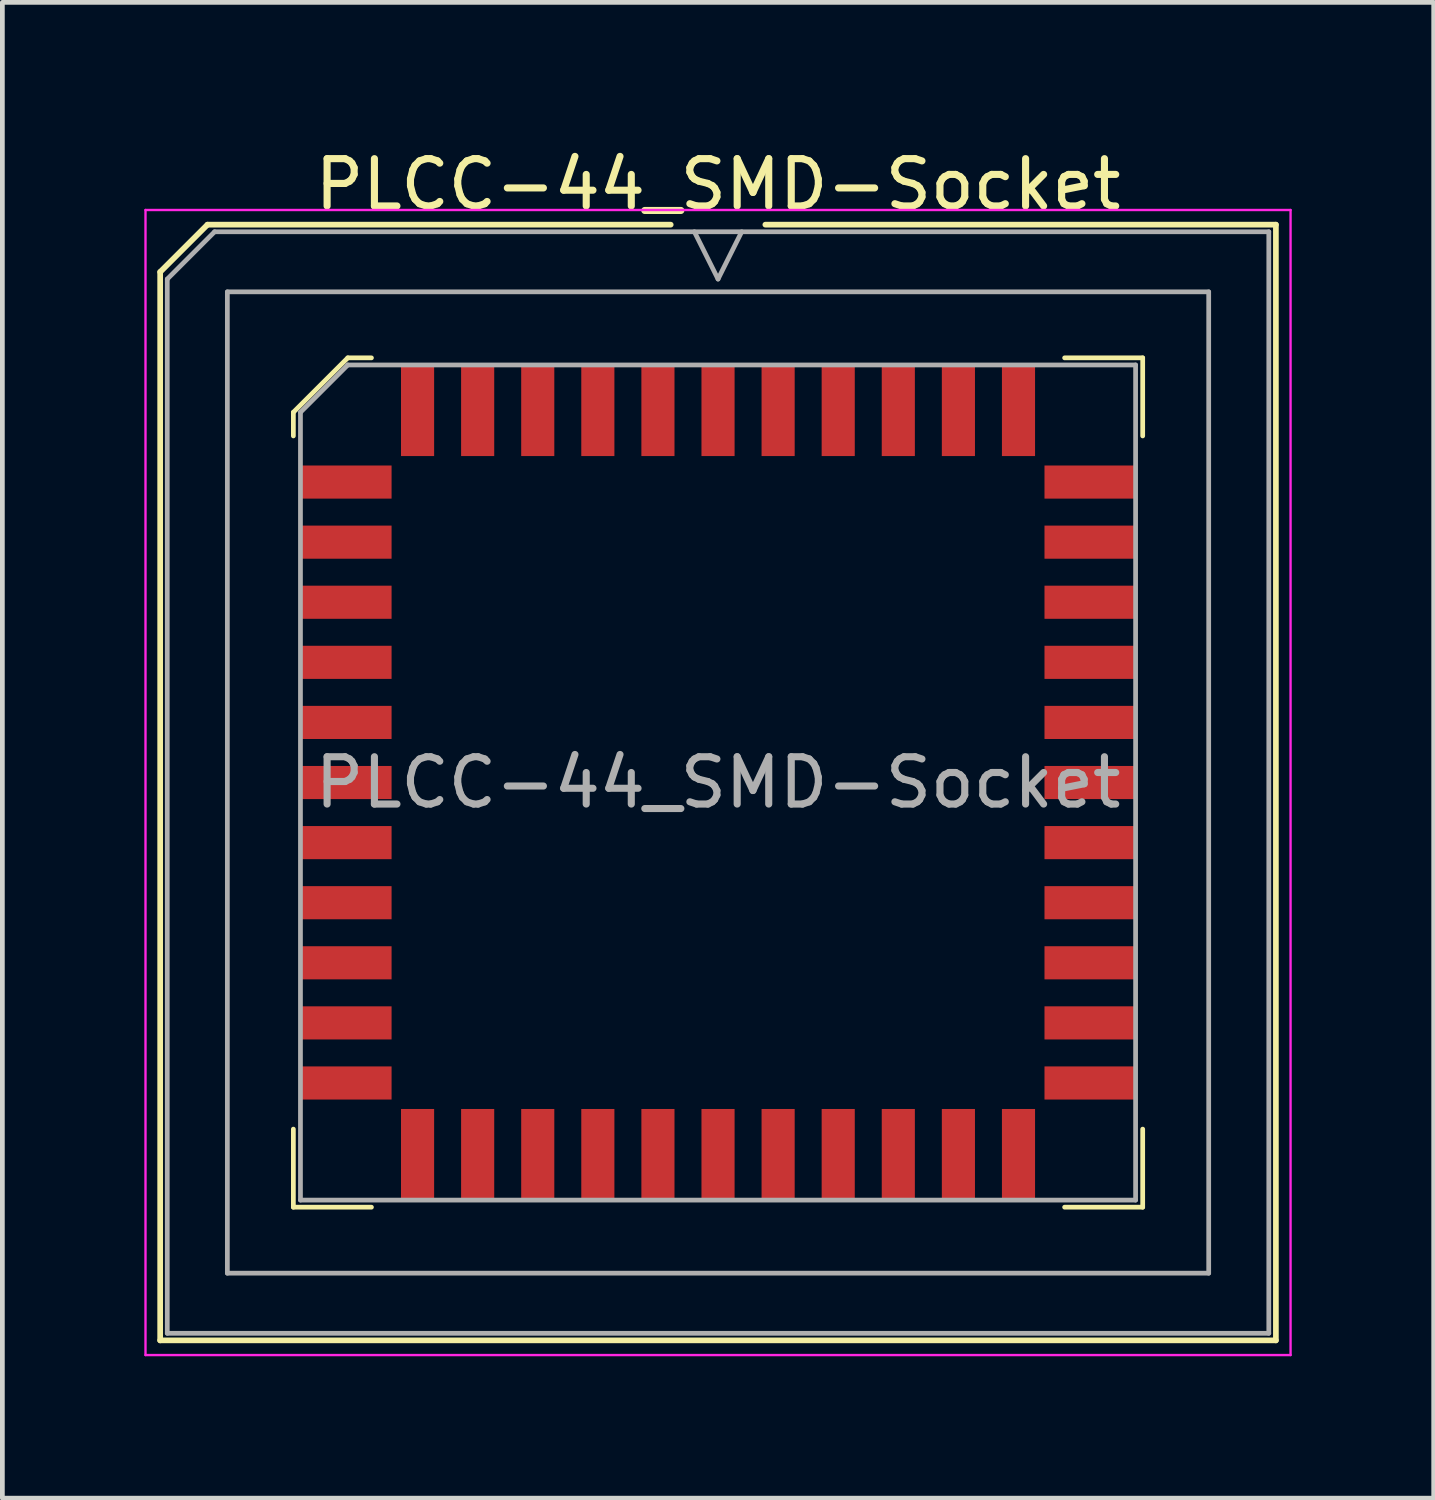
<source format=kicad_pcb>
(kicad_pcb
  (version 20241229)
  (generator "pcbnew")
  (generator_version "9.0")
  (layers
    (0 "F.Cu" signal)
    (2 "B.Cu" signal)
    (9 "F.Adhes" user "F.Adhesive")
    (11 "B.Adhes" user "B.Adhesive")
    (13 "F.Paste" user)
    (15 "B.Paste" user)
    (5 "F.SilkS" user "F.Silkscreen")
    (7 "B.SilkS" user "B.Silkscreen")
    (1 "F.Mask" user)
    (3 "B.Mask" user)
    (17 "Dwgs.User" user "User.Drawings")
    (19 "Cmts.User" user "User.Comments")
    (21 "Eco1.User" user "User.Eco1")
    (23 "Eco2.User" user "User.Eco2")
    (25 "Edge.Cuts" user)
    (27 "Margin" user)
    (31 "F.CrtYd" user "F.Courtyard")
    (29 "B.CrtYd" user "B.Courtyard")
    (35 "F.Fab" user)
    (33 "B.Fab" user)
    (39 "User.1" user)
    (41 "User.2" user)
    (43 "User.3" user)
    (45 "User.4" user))
  (footprint "PLCC-44_SMD-Socket"
    (layer "F.Cu")
    (at 12.125 13.488)
    (property "Reference" "PLCC-44_SMD-Socket" (at 0 -12.64 0) (layer "F.SilkS") (effects (font (size 1 1) (thickness 0.15))))
    (attr smd)
    (fp_line (start -11.79 -10.79) (end -11.79 11.79) (stroke (width 0.12) (type solid)) (layer "F.SilkS"))
    (fp_line (start -11.79 11.79) (end 11.79 11.79) (stroke (width 0.12) (type solid)) (layer "F.SilkS"))
    (fp_line (start -10.79 -11.79) (end -11.79 -10.79) (stroke (width 0.12) (type solid)) (layer "F.SilkS"))
    (fp_line (start -8.975 -7.825) (end -8.975 -7.325) (stroke (width 0.1) (type solid)) (layer "F.SilkS"))
    (fp_line (start -8.975 8.975) (end -8.975 7.325) (stroke (width 0.1) (type solid)) (layer "F.SilkS"))
    (fp_line (start -7.825 -8.975) (end -8.975 -7.825) (stroke (width 0.1) (type solid)) (layer "F.SilkS"))
    (fp_line (start -7.325 -8.975) (end -7.825 -8.975) (stroke (width 0.1) (type solid)) (layer "F.SilkS"))
    (fp_line (start -7.325 8.975) (end -8.975 8.975) (stroke (width 0.1) (type solid)) (layer "F.SilkS"))
    (fp_line (start -1 -11.79) (end -10.79 -11.79) (stroke (width 0.12) (type solid)) (layer "F.SilkS"))
    (fp_line (start 7.325 -8.975) (end 8.975 -8.975) (stroke (width 0.1) (type solid)) (layer "F.SilkS"))
    (fp_line (start 7.325 8.975) (end 8.975 8.975) (stroke (width 0.1) (type solid)) (layer "F.SilkS"))
    (fp_line (start 8.975 -8.975) (end 8.975 -7.325) (stroke (width 0.1) (type solid)) (layer "F.SilkS"))
    (fp_line (start 8.975 8.975) (end 8.975 7.325) (stroke (width 0.1) (type solid)) (layer "F.SilkS"))
    (fp_line (start 11.79 -11.79) (end 1 -11.79) (stroke (width 0.12) (type solid)) (layer "F.SilkS"))
    (fp_line (start 11.79 11.79) (end 11.79 -11.79) (stroke (width 0.12) (type solid)) (layer "F.SilkS"))
    (fp_line (start -12.1 -12.1) (end -12.1 12.1) (stroke (width 0.05) (type solid)) (layer "F.CrtYd"))
    (fp_line (start -12.1 12.1) (end 12.1 12.1) (stroke (width 0.05) (type solid)) (layer "F.CrtYd"))
    (fp_line (start 12.1 -12.1) (end -12.1 -12.1) (stroke (width 0.05) (type solid)) (layer "F.CrtYd"))
    (fp_line (start 12.1 12.1) (end 12.1 -12.1) (stroke (width 0.05) (type solid)) (layer "F.CrtYd"))
    (fp_line (start -11.64 -10.64) (end -11.64 11.64) (stroke (width 0.1) (type solid)) (layer "F.Fab"))
    (fp_line (start -11.64 11.64) (end 11.64 11.64) (stroke (width 0.1) (type solid)) (layer "F.Fab"))
    (fp_line (start -10.64 -11.64) (end -11.64 -10.64) (stroke (width 0.1) (type solid)) (layer "F.Fab"))
    (fp_line (start -10.37 -10.37) (end -10.37 10.37) (stroke (width 0.1) (type solid)) (layer "F.Fab"))
    (fp_line (start -10.37 10.37) (end 10.37 10.37) (stroke (width 0.1) (type solid)) (layer "F.Fab"))
    (fp_line (start -8.825 -7.825) (end -8.825 8.825) (stroke (width 0.1) (type solid)) (layer "F.Fab"))
    (fp_line (start -8.825 8.825) (end 8.825 8.825) (stroke (width 0.1) (type solid)) (layer "F.Fab"))
    (fp_line (start -7.825 -8.825) (end -8.825 -7.825) (stroke (width 0.1) (type solid)) (layer "F.Fab"))
    (fp_line (start -0.5 -11.64) (end 0 -10.64) (stroke (width 0.1) (type solid)) (layer "F.Fab"))
    (fp_line (start 0 -10.64) (end 0.5 -11.64) (stroke (width 0.1) (type solid)) (layer "F.Fab"))
    (fp_line (start 8.825 -8.825) (end -7.825 -8.825) (stroke (width 0.1) (type solid)) (layer "F.Fab"))
    (fp_line (start 8.825 8.825) (end 8.825 -8.825) (stroke (width 0.1) (type solid)) (layer "F.Fab"))
    (fp_line (start 10.37 -10.37) (end -10.37 -10.37) (stroke (width 0.1) (type solid)) (layer "F.Fab"))
    (fp_line (start 10.37 10.37) (end 10.37 -10.37) (stroke (width 0.1) (type solid)) (layer "F.Fab"))
    (fp_line (start 11.64 -11.64) (end -10.64 -11.64) (stroke (width 0.1) (type solid)) (layer "F.Fab"))
    (fp_line (start 11.64 11.64) (end 11.64 -11.64) (stroke (width 0.1) (type solid)) (layer "F.Fab"))
    (fp_text user "${REFERENCE}" (at 0 0 0) (layer "F.Fab") (effects (font (size 1 1) (thickness 0.15))))
    (pad "1" smd rect (at 0 -7.862) (size 0.7 1.925) (layers "F.Cu" "F.Mask" "F.Paste"))
    (pad "2" smd rect (at -1.27 -7.862) (size 0.7 1.925) (layers "F.Cu" "F.Mask" "F.Paste"))
    (pad "3" smd rect (at -2.54 -7.862) (size 0.7 1.925) (layers "F.Cu" "F.Mask" "F.Paste"))
    (pad "4" smd rect (at -3.81 -7.862) (size 0.7 1.925) (layers "F.Cu" "F.Mask" "F.Paste"))
    (pad "5" smd rect (at -5.08 -7.862) (size 0.7 1.925) (layers "F.Cu" "F.Mask" "F.Paste"))
    (pad "6" smd rect (at -6.35 -7.862) (size 0.7 1.925) (layers "F.Cu" "F.Mask" "F.Paste"))
    (pad "7" smd rect (at -7.862 -6.35) (size 1.925 0.7) (layers "F.Cu" "F.Mask" "F.Paste"))
    (pad "8" smd rect (at -7.862 -5.08) (size 1.925 0.7) (layers "F.Cu" "F.Mask" "F.Paste"))
    (pad "9" smd rect (at -7.862 -3.81) (size 1.925 0.7) (layers "F.Cu" "F.Mask" "F.Paste"))
    (pad "10" smd rect (at -7.862 -2.54) (size 1.925 0.7) (layers "F.Cu" "F.Mask" "F.Paste"))
    (pad "11" smd rect (at -7.862 -1.27) (size 1.925 0.7) (layers "F.Cu" "F.Mask" "F.Paste"))
    (pad "12" smd rect (at -7.862 0) (size 1.925 0.7) (layers "F.Cu" "F.Mask" "F.Paste"))
    (pad "13" smd rect (at -7.862 1.27) (size 1.925 0.7) (layers "F.Cu" "F.Mask" "F.Paste"))
    (pad "14" smd rect (at -7.862 2.54) (size 1.925 0.7) (layers "F.Cu" "F.Mask" "F.Paste"))
    (pad "15" smd rect (at -7.862 3.81) (size 1.925 0.7) (layers "F.Cu" "F.Mask" "F.Paste"))
    (pad "16" smd rect (at -7.862 5.08) (size 1.925 0.7) (layers "F.Cu" "F.Mask" "F.Paste"))
    (pad "17" smd rect (at -7.862 6.35) (size 1.925 0.7) (layers "F.Cu" "F.Mask" "F.Paste"))
    (pad "18" smd rect (at -6.35 7.862) (size 0.7 1.925) (layers "F.Cu" "F.Mask" "F.Paste"))
    (pad "19" smd rect (at -5.08 7.862) (size 0.7 1.925) (layers "F.Cu" "F.Mask" "F.Paste"))
    (pad "20" smd rect (at -3.81 7.862) (size 0.7 1.925) (layers "F.Cu" "F.Mask" "F.Paste"))
    (pad "21" smd rect (at -2.54 7.862) (size 0.7 1.925) (layers "F.Cu" "F.Mask" "F.Paste"))
    (pad "22" smd rect (at -1.27 7.862) (size 0.7 1.925) (layers "F.Cu" "F.Mask" "F.Paste"))
    (pad "23" smd rect (at 0 7.862) (size 0.7 1.925) (layers "F.Cu" "F.Mask" "F.Paste"))
    (pad "24" smd rect (at 1.27 7.862) (size 0.7 1.925) (layers "F.Cu" "F.Mask" "F.Paste"))
    (pad "25" smd rect (at 2.54 7.862) (size 0.7 1.925) (layers "F.Cu" "F.Mask" "F.Paste"))
    (pad "26" smd rect (at 3.81 7.862) (size 0.7 1.925) (layers "F.Cu" "F.Mask" "F.Paste"))
    (pad "27" smd rect (at 5.08 7.862) (size 0.7 1.925) (layers "F.Cu" "F.Mask" "F.Paste"))
    (pad "28" smd rect (at 6.35 7.862) (size 0.7 1.925) (layers "F.Cu" "F.Mask" "F.Paste"))
    (pad "29" smd rect (at 7.862 6.35) (size 1.925 0.7) (layers "F.Cu" "F.Mask" "F.Paste"))
    (pad "30" smd rect (at 7.862 5.08) (size 1.925 0.7) (layers "F.Cu" "F.Mask" "F.Paste"))
    (pad "31" smd rect (at 7.862 3.81) (size 1.925 0.7) (layers "F.Cu" "F.Mask" "F.Paste"))
    (pad "32" smd rect (at 7.862 2.54) (size 1.925 0.7) (layers "F.Cu" "F.Mask" "F.Paste"))
    (pad "33" smd rect (at 7.862 1.27) (size 1.925 0.7) (layers "F.Cu" "F.Mask" "F.Paste"))
    (pad "34" smd rect (at 7.862 0) (size 1.925 0.7) (layers "F.Cu" "F.Mask" "F.Paste"))
    (pad "35" smd rect (at 7.862 -1.27) (size 1.925 0.7) (layers "F.Cu" "F.Mask" "F.Paste"))
    (pad "36" smd rect (at 7.862 -2.54) (size 1.925 0.7) (layers "F.Cu" "F.Mask" "F.Paste"))
    (pad "37" smd rect (at 7.862 -3.81) (size 1.925 0.7) (layers "F.Cu" "F.Mask" "F.Paste"))
    (pad "38" smd rect (at 7.862 -5.08) (size 1.925 0.7) (layers "F.Cu" "F.Mask" "F.Paste"))
    (pad "39" smd rect (at 7.862 -6.35) (size 1.925 0.7) (layers "F.Cu" "F.Mask" "F.Paste"))
    (pad "40" smd rect (at 6.35 -7.862) (size 0.7 1.925) (layers "F.Cu" "F.Mask" "F.Paste"))
    (pad "41" smd rect (at 5.08 -7.862) (size 0.7 1.925) (layers "F.Cu" "F.Mask" "F.Paste"))
    (pad "42" smd rect (at 3.81 -7.862) (size 0.7 1.925) (layers "F.Cu" "F.Mask" "F.Paste"))
    (pad "43" smd rect (at 2.54 -7.862) (size 0.7 1.925) (layers "F.Cu" "F.Mask" "F.Paste"))
    (pad "44" smd rect (at 1.27 -7.862) (size 0.7 1.925) (layers "F.Cu" "F.Mask" "F.Paste")))
  (gr_rect
    (start -3 -3)
    (end 27.25 28.613)
    (stroke (width 0.1) (type default))
    (fill no)
    (layer "Edge.Cuts")))
</source>
